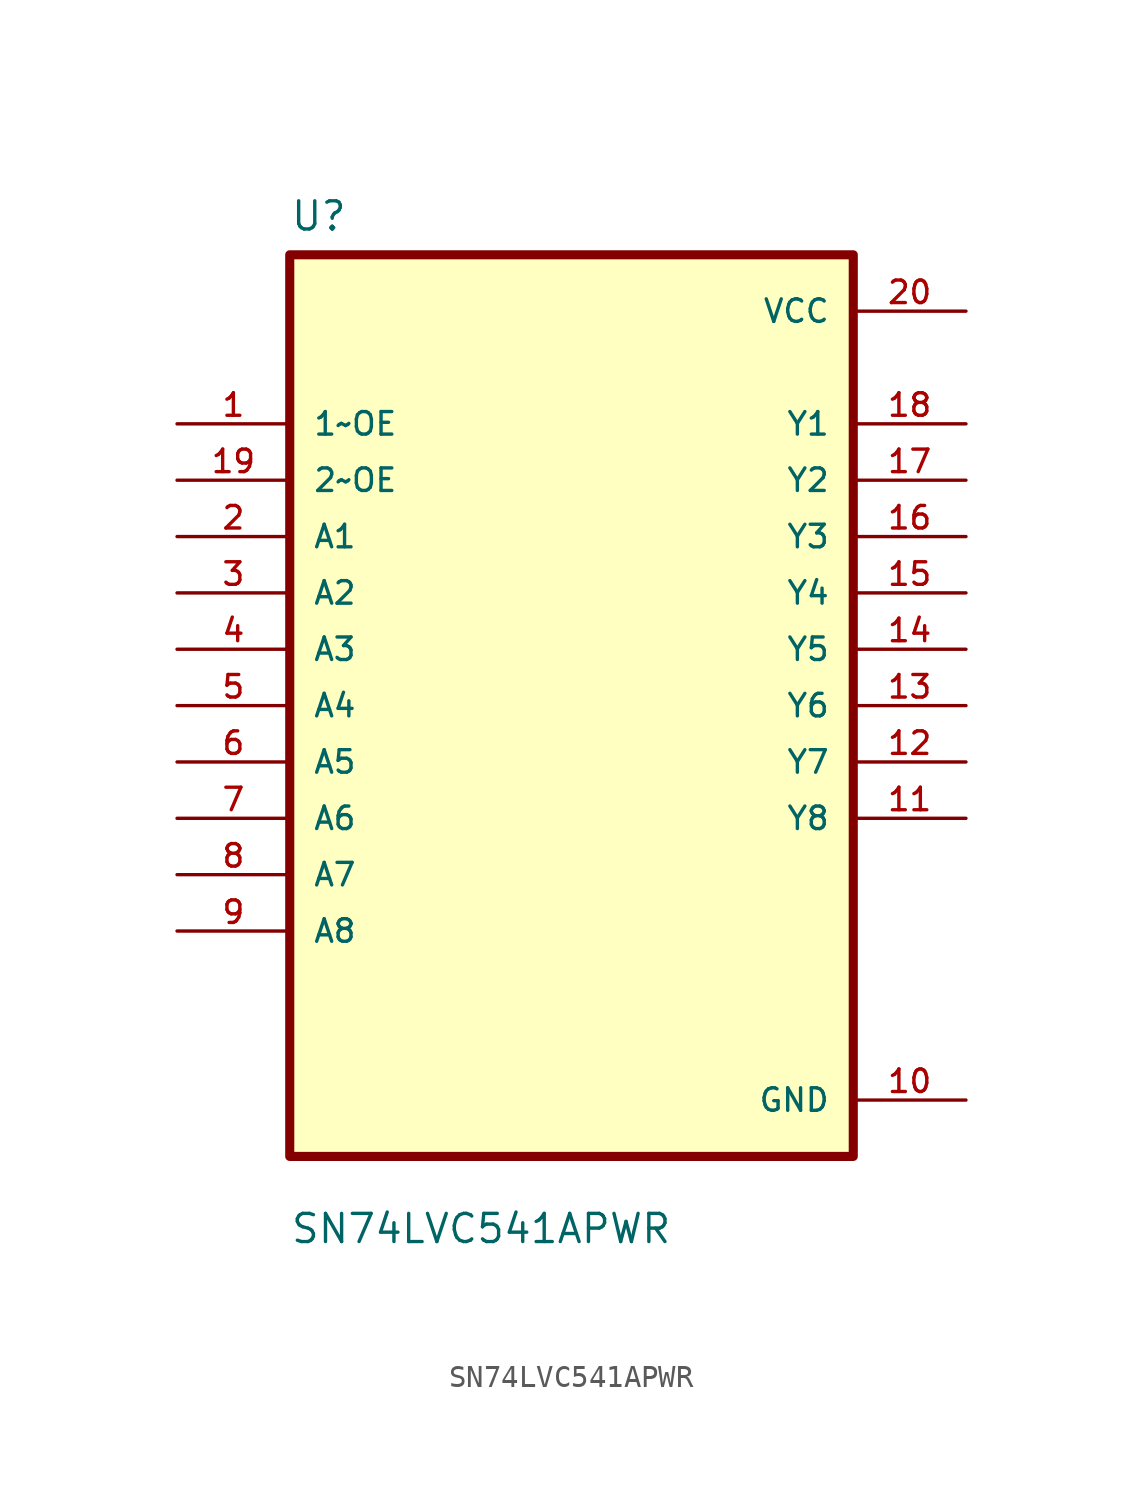
<source format=kicad_sym>
(kicad_symbol_lib
  (version 20211014)
  (generator kicad_symbol_editor)
  (symbol "SN74LVC541APWR"
    (pin_names
      (offset 1.016))
    (property "Reference" "U"
      (at -12.7 21.32 0.0)
      (effects (font (size 1.27 1.27)) (justify bottom left)))
    (property "Value" "SN74LVC541APWR"
      (at -12.7 -24.32 0.0)
      (effects (font (size 1.27 1.27)) (justify bottom left)))
    (symbol "SN74LVC541APWR_0_0"
      (rectangle (start -12.7 -20.32) (end 12.7 20.32) (stroke (width 0.41)) (fill (type background)))
      (pin input line (at -17.78 12.7 0) (length 5.08) (name "1~OE" (effects (font (size 1.016 1.016)))) (number "1" (effects (font (size 1.016 1.016)))))
      (pin input line (at -17.78 10.16 0) (length 5.08) (name "2~OE" (effects (font (size 1.016 1.016)))) (number "19" (effects (font (size 1.016 1.016)))))
      (pin input line (at -17.78 7.62 0) (length 5.08) (name "A1" (effects (font (size 1.016 1.016)))) (number "2" (effects (font (size 1.016 1.016)))))
      (pin input line (at -17.78 5.08 0) (length 5.08) (name "A2" (effects (font (size 1.016 1.016)))) (number "3" (effects (font (size 1.016 1.016)))))
      (pin input line (at -17.78 2.54 0) (length 5.08) (name "A3" (effects (font (size 1.016 1.016)))) (number "4" (effects (font (size 1.016 1.016)))))
      (pin input line (at -17.78 0.0 0) (length 5.08) (name "A4" (effects (font (size 1.016 1.016)))) (number "5" (effects (font (size 1.016 1.016)))))
      (pin input line (at -17.78 -2.54 0) (length 5.08) (name "A5" (effects (font (size 1.016 1.016)))) (number "6" (effects (font (size 1.016 1.016)))))
      (pin input line (at -17.78 -5.08 0) (length 5.08) (name "A6" (effects (font (size 1.016 1.016)))) (number "7" (effects (font (size 1.016 1.016)))))
      (pin input line (at -17.78 -7.62 0) (length 5.08) (name "A7" (effects (font (size 1.016 1.016)))) (number "8" (effects (font (size 1.016 1.016)))))
      (pin input line (at -17.78 -10.16 0) (length 5.08) (name "A8" (effects (font (size 1.016 1.016)))) (number "9" (effects (font (size 1.016 1.016)))))
      (pin power_in line (at 17.78 17.78 180.0) (length 5.08) (name "VCC" (effects (font (size 1.016 1.016)))) (number "20" (effects (font (size 1.016 1.016)))))
      (pin output line (at 17.78 12.7 180.0) (length 5.08) (name "Y1" (effects (font (size 1.016 1.016)))) (number "18" (effects (font (size 1.016 1.016)))))
      (pin output line (at 17.78 10.16 180.0) (length 5.08) (name "Y2" (effects (font (size 1.016 1.016)))) (number "17" (effects (font (size 1.016 1.016)))))
      (pin output line (at 17.78 7.62 180.0) (length 5.08) (name "Y3" (effects (font (size 1.016 1.016)))) (number "16" (effects (font (size 1.016 1.016)))))
      (pin output line (at 17.78 5.08 180.0) (length 5.08) (name "Y4" (effects (font (size 1.016 1.016)))) (number "15" (effects (font (size 1.016 1.016)))))
      (pin output line (at 17.78 2.54 180.0) (length 5.08) (name "Y5" (effects (font (size 1.016 1.016)))) (number "14" (effects (font (size 1.016 1.016)))))
      (pin output line (at 17.78 0.0 180.0) (length 5.08) (name "Y6" (effects (font (size 1.016 1.016)))) (number "13" (effects (font (size 1.016 1.016)))))
      (pin output line (at 17.78 -2.54 180.0) (length 5.08) (name "Y7" (effects (font (size 1.016 1.016)))) (number "12" (effects (font (size 1.016 1.016)))))
      (pin output line (at 17.78 -5.08 180.0) (length 5.08) (name "Y8" (effects (font (size 1.016 1.016)))) (number "11" (effects (font (size 1.016 1.016)))))
      (pin power_in line (at 17.78 -17.78 180.0) (length 5.08) (name "GND" (effects (font (size 1.016 1.016)))) (number "10" (effects (font (size 1.016 1.016))))))))
</source>
